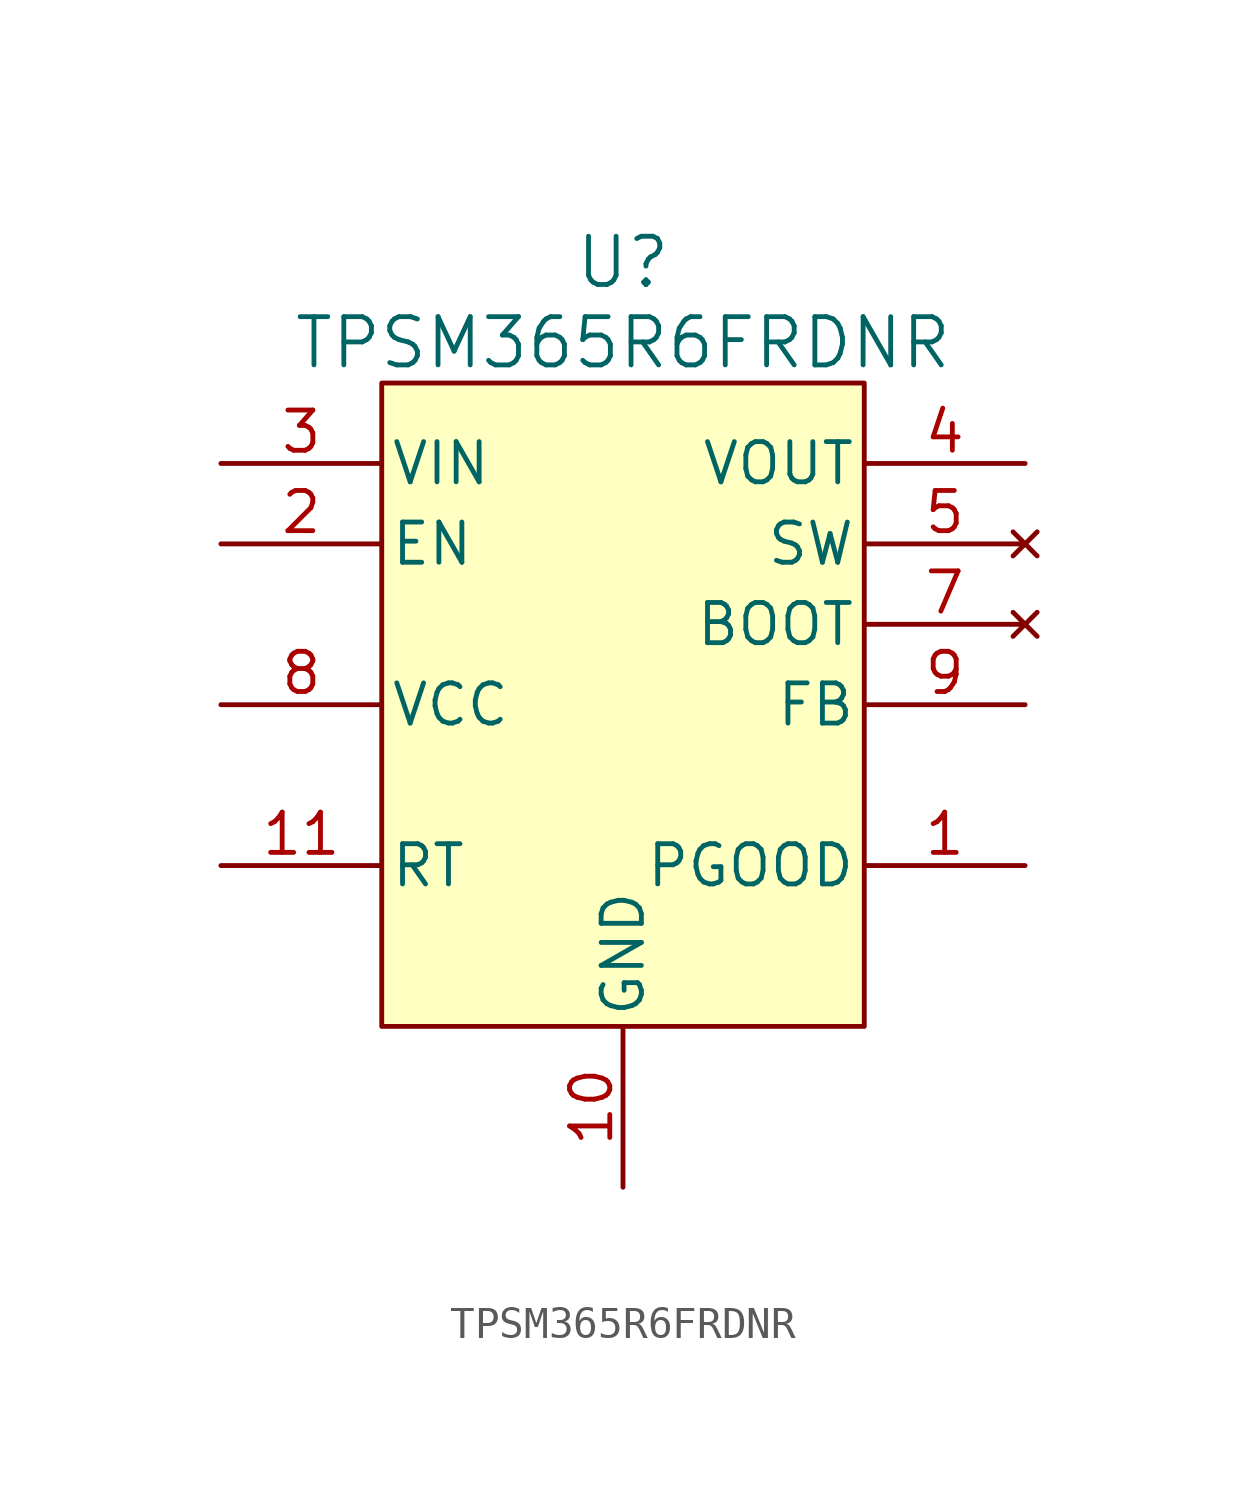
<source format=kicad_sym>
(kicad_symbol_lib
  (version 20220914)
  (generator kicad_symbol_editor)
  (symbol "TPSM365R6FRDNR"
    (pin_names
      (offset 0.254))
    (property "Reference" "U"
      (at 0 13.97 0)
      (effects (font (size 1.524 1.524))))
    (property "Value" "TPSM365R6FRDNR"
      (at 0 11.43 0)
      (effects (font (size 1.524 1.524))))
    (symbol "TPSM365R6FRDNR_0_1"
      (rectangle (start -7.62 10.16) (end 7.62 -10.16) (stroke (width 0) (type default)) (fill (type background)))
      (pin open_collector line (at 12.7 -5.08 180) (length 5.08) (name "PGOOD" (effects (font (size 1.27 1.27)))) (number "1" (effects (font (size 1.27 1.27)))))
      (pin power_in line (at 0 -15.24 90) (length 5.08) (name "GND" (effects (font (size 1.27 1.27)))) (number "10" (effects (font (size 1.27 1.27)))))
      (pin unspecified line (at -12.7 -5.08 0) (length 5.08) (name "RT" (effects (font (size 1.27 1.27)))) (number "11" (effects (font (size 1.27 1.27)))))
      (pin input line (at -12.7 5.08 0) (length 5.08) (name "EN" (effects (font (size 1.27 1.27)))) (number "2" (effects (font (size 1.27 1.27)))))
      (pin power_in line (at -12.7 7.62 0) (length 5.08) (name "VIN" (effects (font (size 1.27 1.27)))) (number "3" (effects (font (size 1.27 1.27)))))
      (pin unspecified line (at 12.7 7.62 180) (length 5.08) (name "VOUT" (effects (font (size 1.27 1.27)))) (number "4" (effects (font (size 1.27 1.27)))))
      (pin no_connect line (at 12.7 5.08 180) (length 5.08) (name "SW" (effects (font (size 1.27 1.27)))) (number "5" (effects (font (size 1.27 1.27)))))
      (pin no_connect line (at 12.7 5.08 180) (length 5.08) hide (name "SW" (effects (font (size 1.27 1.27)))) (number "6" (effects (font (size 1.27 1.27)))))
      (pin no_connect line (at 12.7 2.54 180) (length 5.08) (name "BOOT" (effects (font (size 1.27 1.27)))) (number "7" (effects (font (size 1.27 1.27)))))
      (pin unspecified line (at -12.7 0 0) (length 5.08) (name "VCC" (effects (font (size 1.27 1.27)))) (number "8" (effects (font (size 1.27 1.27)))))
      (pin unspecified line (at 12.7 0 180) (length 5.08) (name "FB" (effects (font (size 1.27 1.27)))) (number "9" (effects (font (size 1.27 1.27))))))))
</source>
